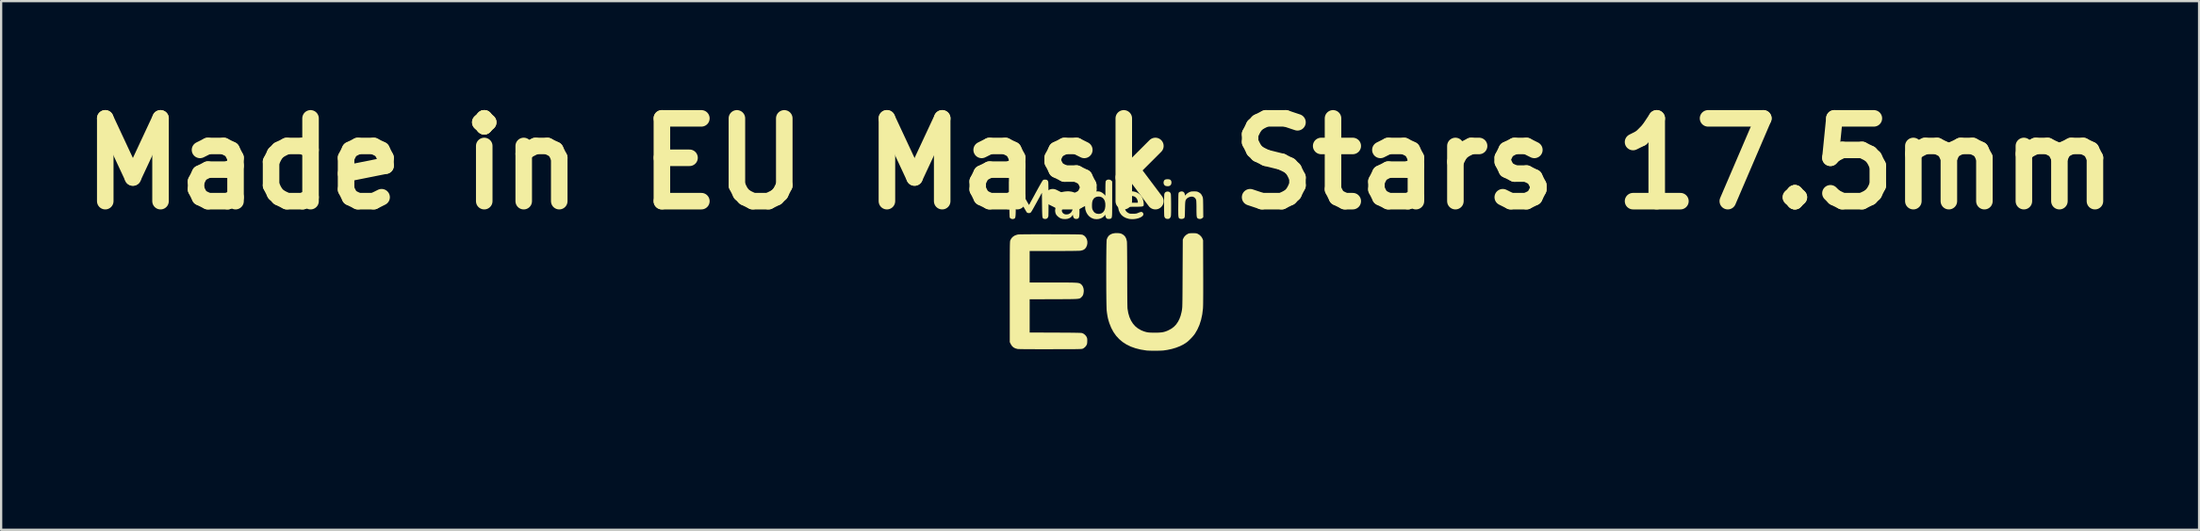
<source format=kicad_pcb>
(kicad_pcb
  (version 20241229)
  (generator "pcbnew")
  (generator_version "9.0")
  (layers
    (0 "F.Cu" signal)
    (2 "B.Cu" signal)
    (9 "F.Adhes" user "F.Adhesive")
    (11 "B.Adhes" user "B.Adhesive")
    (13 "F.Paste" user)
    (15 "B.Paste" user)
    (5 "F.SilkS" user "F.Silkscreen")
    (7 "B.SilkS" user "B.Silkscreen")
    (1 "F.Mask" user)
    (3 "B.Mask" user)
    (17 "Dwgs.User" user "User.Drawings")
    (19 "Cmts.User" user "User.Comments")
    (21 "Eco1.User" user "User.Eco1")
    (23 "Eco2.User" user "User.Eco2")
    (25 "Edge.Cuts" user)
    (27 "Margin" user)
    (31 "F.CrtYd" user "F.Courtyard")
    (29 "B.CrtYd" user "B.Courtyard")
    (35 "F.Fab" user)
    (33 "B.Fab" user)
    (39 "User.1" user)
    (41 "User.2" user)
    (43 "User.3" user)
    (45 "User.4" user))
  (footprint "Made in EU Mask Stars 17.5mm"
    (layer "F.Cu")
    (at 45.57 8.694)
    (property "Reference" "Made in EU Mask Stars 17.5mm" (at 0 -4.5 180) (layer "F.SilkS") (effects (font (size 3.664 3.664) (thickness 0.731))))
    (attr board_only exclude_from_pos_files exclude_from_bom)
    (fp_poly (pts (xy 6.432 -4.977) (xy 6.433 -4.976) (xy 6.438 -4.959) (xy 6.451 -4.921) (xy 6.469 -4.863) (xy 6.493 -4.79) (xy 6.521 -4.702) (xy 6.553 -4.605) (xy 6.587 -4.499) (xy 6.591 -4.487) (xy 6.742 -4.018) (xy 7.26 -4.012) (xy 7.778 -4.005) (xy 7.36 -3.706) (xy 7.268 -3.64) (xy 7.183 -3.579) (xy 7.108 -3.524) (xy 7.044 -3.477) (xy 6.994 -3.44) (xy 6.96 -3.414) (xy 6.944 -3.401) (xy 6.943 -3.4) (xy 6.947 -3.387) (xy 6.958 -3.351) (xy 6.975 -3.296) (xy 6.998 -3.225) (xy 7.026 -3.139) (xy 7.057 -3.043) (xy 7.091 -2.938) (xy 7.097 -2.918) (xy 7.131 -2.812) (xy 7.163 -2.714) (xy 7.191 -2.626) (xy 7.214 -2.553) (xy 7.232 -2.495) (xy 7.243 -2.456) (xy 7.248 -2.439) (xy 7.248 -2.438) (xy 7.237 -2.444) (xy 7.207 -2.465) (xy 7.161 -2.497) (xy 7.101 -2.54) (xy 7.029 -2.592) (xy 6.947 -2.651) (xy 6.858 -2.716) (xy 6.835 -2.732) (xy 6.426 -3.031) (xy 6.036 -2.746) (xy 5.928 -2.667) (xy 5.84 -2.602) (xy 5.769 -2.55) (xy 5.713 -2.51) (xy 5.671 -2.481) (xy 5.641 -2.461) (xy 5.621 -2.449) (xy 5.61 -2.443) (xy 5.604 -2.444) (xy 5.604 -2.448) (xy 5.606 -2.456) (xy 5.606 -2.457) (xy 5.648 -2.585) (xy 5.689 -2.712) (xy 5.729 -2.835) (xy 5.766 -2.953) (xy 5.801 -3.062) (xy 5.831 -3.161) (xy 5.858 -3.247) (xy 5.878 -3.318) (xy 5.893 -3.37) (xy 5.901 -3.402) (xy 5.902 -3.412) (xy 5.889 -3.421) (xy 5.858 -3.443) (xy 5.81 -3.478) (xy 5.748 -3.522) (xy 5.675 -3.575) (xy 5.592 -3.634) (xy 5.502 -3.699) (xy 5.483 -3.712) (xy 5.075 -4.005) (xy 5.591 -4.009) (xy 6.108 -4.012) (xy 6.22 -4.36) (xy 6.266 -4.503) (xy 6.304 -4.622) (xy 6.336 -4.72) (xy 6.362 -4.8) (xy 6.383 -4.862) (xy 6.399 -4.908) (xy 6.411 -4.941) (xy 6.419 -4.963) (xy 6.425 -4.975) (xy 6.429 -4.979)) (stroke (width 0) (type solid)) (fill yes) (layer "F.Mask"))
    (fp_poly (pts (xy 0.017 6.165) (xy 0.029 6.203) (xy 0.047 6.261) (xy 0.071 6.334) (xy 0.099 6.422) (xy 0.13 6.52) (xy 0.164 6.625) (xy 0.17 6.643) (xy 0.322 7.118) (xy 0.834 7.125) (xy 1.347 7.131) (xy 0.963 7.407) (xy 0.874 7.471) (xy 0.79 7.531) (xy 0.715 7.585) (xy 0.651 7.632) (xy 0.6 7.669) (xy 0.565 7.694) (xy 0.55 7.706) (xy 0.52 7.731) (xy 0.671 8.199) (xy 0.705 8.305) (xy 0.737 8.404) (xy 0.765 8.492) (xy 0.789 8.567) (xy 0.809 8.627) (xy 0.822 8.667) (xy 0.828 8.686) (xy 0.828 8.686) (xy 0.828 8.698) (xy 0.818 8.692) (xy 0.799 8.678) (xy 0.764 8.652) (xy 0.714 8.615) (xy 0.652 8.57) (xy 0.581 8.519) (xy 0.504 8.463) (xy 0.425 8.405) (xy 0.345 8.347) (xy 0.268 8.291) (xy 0.196 8.239) (xy 0.132 8.193) (xy 0.08 8.155) (xy 0.042 8.128) (xy 0.021 8.113) (xy 0.018 8.111) (xy 0.005 8.117) (xy -0.026 8.136) (xy -0.072 8.167) (xy -0.132 8.207) (xy -0.201 8.255) (xy -0.278 8.309) (xy -0.36 8.366) (xy -0.443 8.426) (xy -0.526 8.485) (xy -0.605 8.542) (xy -0.678 8.596) (xy -0.743 8.644) (xy -0.795 8.684) (xy -0.807 8.693) (xy -0.82 8.7) (xy -0.818 8.688) (xy -0.818 8.688) (xy -0.813 8.671) (xy -0.8 8.632) (xy -0.782 8.576) (xy -0.759 8.505) (xy -0.733 8.424) (xy -0.704 8.335) (xy -0.674 8.242) (xy -0.644 8.149) (xy -0.616 8.059) (xy -0.589 7.976) (xy -0.565 7.902) (xy -0.546 7.842) (xy -0.533 7.799) (xy -0.526 7.78) (xy -0.51 7.725) (xy -0.927 7.425) (xy -1.345 7.125) (xy -0.83 7.125) (xy -0.314 7.125) (xy -0.221 6.835) (xy -0.189 6.736) (xy -0.155 6.63) (xy -0.122 6.525) (xy -0.091 6.429) (xy -0.065 6.348) (xy -0.062 6.338) (xy -0.039 6.271) (xy -0.02 6.215) (xy -0.004 6.174) (xy 0.007 6.151) (xy 0.011 6.149)) (stroke (width 0) (type solid)) (fill yes) (layer "F.Mask"))
    (fp_poly (pts (xy -3.596 -7.372) (xy -3.564 -7.273) (xy -3.532 -7.173) (xy -3.5 -7.076) (xy -3.472 -6.989) (xy -3.449 -6.918) (xy -3.437 -6.881) (xy -3.385 -6.721) (xy -2.868 -6.718) (xy -2.351 -6.715) (xy -2.722 -6.448) (xy -2.811 -6.385) (xy -2.895 -6.324) (xy -2.971 -6.269) (xy -3.037 -6.222) (xy -3.089 -6.184) (xy -3.126 -6.157) (xy -3.141 -6.146) (xy -3.188 -6.109) (xy -3.034 -5.631) (xy -3 -5.525) (xy -2.969 -5.426) (xy -2.941 -5.339) (xy -2.918 -5.264) (xy -2.9 -5.206) (xy -2.889 -5.167) (xy -2.884 -5.149) (xy -2.884 -5.148) (xy -2.895 -5.155) (xy -2.925 -5.175) (xy -2.971 -5.207) (xy -3.031 -5.25) (xy -3.103 -5.301) (xy -3.184 -5.36) (xy -3.272 -5.425) (xy -3.283 -5.432) (xy -3.372 -5.497) (xy -3.456 -5.558) (xy -3.53 -5.612) (xy -3.594 -5.657) (xy -3.644 -5.693) (xy -3.678 -5.716) (xy -3.693 -5.727) (xy -3.694 -5.727) (xy -3.708 -5.721) (xy -3.74 -5.701) (xy -3.789 -5.669) (xy -3.851 -5.626) (xy -3.925 -5.574) (xy -4.007 -5.516) (xy -4.097 -5.451) (xy -4.113 -5.439) (xy -4.203 -5.373) (xy -4.287 -5.313) (xy -4.361 -5.259) (xy -4.424 -5.214) (xy -4.473 -5.179) (xy -4.507 -5.155) (xy -4.522 -5.145) (xy -4.523 -5.145) (xy -4.52 -5.157) (xy -4.511 -5.191) (xy -4.494 -5.244) (xy -4.473 -5.315) (xy -4.446 -5.399) (xy -4.416 -5.495) (xy -4.382 -5.599) (xy -4.375 -5.624) (xy -4.34 -5.73) (xy -4.309 -5.829) (xy -4.28 -5.917) (xy -4.257 -5.991) (xy -4.238 -6.05) (xy -4.226 -6.09) (xy -4.22 -6.108) (xy -4.22 -6.109) (xy -4.23 -6.118) (xy -4.26 -6.14) (xy -4.305 -6.174) (xy -4.366 -6.218) (xy -4.438 -6.271) (xy -4.521 -6.33) (xy -4.611 -6.395) (xy -4.638 -6.415) (xy -5.056 -6.715) (xy -4.537 -6.718) (xy -4.018 -6.722) (xy -3.895 -7.109) (xy -3.863 -7.21) (xy -3.832 -7.309) (xy -3.802 -7.4) (xy -3.777 -7.481) (xy -3.756 -7.546) (xy -3.741 -7.591) (xy -3.738 -7.6) (xy -3.703 -7.704)) (stroke (width 0) (type solid)) (fill yes) (layer "F.Mask"))
    (fp_poly (pts (xy -3.695 5.178) (xy -3.683 5.21) (xy -3.664 5.262) (xy -3.64 5.331) (xy -3.612 5.415) (xy -3.581 5.51) (xy -3.547 5.615) (xy -3.537 5.647) (xy -3.381 6.135) (xy -2.865 6.138) (xy -2.349 6.141) (xy -2.763 6.439) (xy -2.855 6.505) (xy -2.939 6.566) (xy -3.015 6.621) (xy -3.078 6.669) (xy -3.128 6.706) (xy -3.162 6.732) (xy -3.177 6.745) (xy -3.178 6.746) (xy -3.174 6.76) (xy -3.163 6.796) (xy -3.146 6.852) (xy -3.124 6.923) (xy -3.096 7.009) (xy -3.066 7.105) (xy -3.032 7.21) (xy -3.028 7.223) (xy -2.994 7.328) (xy -2.964 7.425) (xy -2.936 7.512) (xy -2.914 7.586) (xy -2.897 7.643) (xy -2.885 7.682) (xy -2.882 7.699) (xy -2.882 7.699) (xy -2.893 7.696) (xy -2.92 7.68) (xy -2.96 7.653) (xy -2.996 7.627) (xy -3.037 7.597) (xy -3.094 7.555) (xy -3.165 7.503) (xy -3.244 7.446) (xy -3.327 7.385) (xy -3.402 7.33) (xy -3.697 7.114) (xy -4.053 7.375) (xy -4.14 7.438) (xy -4.223 7.499) (xy -4.299 7.554) (xy -4.364 7.602) (xy -4.416 7.639) (xy -4.452 7.665) (xy -4.466 7.675) (xy -4.498 7.697) (xy -4.514 7.705) (xy -4.517 7.7) (xy -4.513 7.683) (xy -4.507 7.664) (xy -4.494 7.623) (xy -4.475 7.563) (xy -4.451 7.488) (xy -4.423 7.399) (xy -4.392 7.302) (xy -4.361 7.206) (xy -4.328 7.103) (xy -4.298 7.007) (xy -4.272 6.922) (xy -4.251 6.85) (xy -4.235 6.794) (xy -4.226 6.758) (xy -4.224 6.744) (xy -4.235 6.733) (xy -4.266 6.708) (xy -4.313 6.672) (xy -4.374 6.627) (xy -4.447 6.573) (xy -4.53 6.512) (xy -4.62 6.447) (xy -4.638 6.434) (xy -5.045 6.141) (xy -4.529 6.138) (xy -4.013 6.135) (xy -3.988 6.053) (xy -3.962 5.971) (xy -3.933 5.88) (xy -3.903 5.783) (xy -3.871 5.683) (xy -3.839 5.584) (xy -3.808 5.489) (xy -3.779 5.4) (xy -3.753 5.321) (xy -3.731 5.256) (xy -3.715 5.206) (xy -3.704 5.176) (xy -3.701 5.168)) (stroke (width 0) (type solid)) (fill yes) (layer "F.Mask"))
    (fp_poly (pts (xy 3.712 5.169) (xy 3.718 5.182) (xy 3.726 5.205) (xy 3.737 5.24) (xy 3.753 5.288) (xy 3.774 5.352) (xy 3.8 5.432) (xy 3.832 5.532) (xy 3.871 5.652) (xy 3.917 5.795) (xy 3.927 5.825) (xy 4.026 6.135) (xy 4.541 6.138) (xy 5.056 6.141) (xy 4.649 6.434) (xy 4.558 6.5) (xy 4.474 6.561) (xy 4.398 6.615) (xy 4.334 6.661) (xy 4.284 6.697) (xy 4.249 6.722) (xy 4.233 6.734) (xy 4.232 6.734) (xy 4.234 6.748) (xy 4.242 6.783) (xy 4.258 6.838) (xy 4.279 6.91) (xy 4.305 6.995) (xy 4.335 7.092) (xy 4.369 7.197) (xy 4.377 7.222) (xy 4.411 7.329) (xy 4.443 7.427) (xy 4.471 7.515) (xy 4.494 7.59) (xy 4.512 7.648) (xy 4.524 7.688) (xy 4.528 7.706) (xy 4.529 7.707) (xy 4.518 7.7) (xy 4.488 7.68) (xy 4.442 7.647) (xy 4.381 7.604) (xy 4.309 7.552) (xy 4.227 7.493) (xy 4.138 7.428) (xy 4.116 7.412) (xy 3.708 7.114) (xy 3.642 7.163) (xy 3.555 7.227) (xy 3.464 7.293) (xy 3.372 7.361) (xy 3.281 7.427) (xy 3.194 7.49) (xy 3.113 7.548) (xy 3.041 7.601) (xy 2.979 7.645) (xy 2.931 7.679) (xy 2.899 7.702) (xy 2.885 7.711) (xy 2.884 7.711) (xy 2.882 7.703) (xy 2.883 7.701) (xy 2.888 7.687) (xy 2.9 7.652) (xy 2.917 7.599) (xy 2.94 7.53) (xy 2.965 7.45) (xy 2.994 7.362) (xy 3.024 7.269) (xy 3.054 7.175) (xy 3.084 7.082) (xy 3.113 6.994) (xy 3.138 6.914) (xy 3.16 6.846) (xy 3.176 6.793) (xy 3.187 6.758) (xy 3.191 6.744) (xy 3.191 6.744) (xy 3.181 6.736) (xy 3.152 6.714) (xy 3.106 6.68) (xy 3.046 6.636) (xy 2.974 6.583) (xy 2.891 6.524) (xy 2.802 6.459) (xy 2.776 6.44) (xy 2.36 6.141) (xy 2.876 6.135) (xy 3.392 6.128) (xy 3.548 5.643) (xy 3.583 5.537) (xy 3.615 5.438) (xy 3.643 5.351) (xy 3.668 5.277) (xy 3.688 5.22) (xy 3.702 5.182) (xy 3.709 5.165) (xy 3.71 5.164)) (stroke (width 0) (type solid)) (fill yes) (layer "F.Mask"))
    (fp_poly (pts (xy 0.013 -8.679) (xy 0.025 -8.642) (xy 0.043 -8.586) (xy 0.066 -8.513) (xy 0.094 -8.427) (xy 0.125 -8.329) (xy 0.159 -8.224) (xy 0.167 -8.199) (xy 0.321 -7.717) (xy 0.835 -7.711) (xy 1.348 -7.704) (xy 0.935 -7.407) (xy 0.843 -7.342) (xy 0.759 -7.281) (xy 0.684 -7.226) (xy 0.62 -7.18) (xy 0.571 -7.143) (xy 0.537 -7.118) (xy 0.522 -7.105) (xy 0.521 -7.104) (xy 0.525 -7.092) (xy 0.536 -7.057) (xy 0.552 -7.005) (xy 0.574 -6.937) (xy 0.599 -6.858) (xy 0.627 -6.771) (xy 0.657 -6.678) (xy 0.687 -6.584) (xy 0.717 -6.491) (xy 0.745 -6.403) (xy 0.771 -6.323) (xy 0.793 -6.255) (xy 0.81 -6.201) (xy 0.821 -6.17) (xy 0.825 -6.159) (xy 0.828 -6.15) (xy 0.828 -6.145) (xy 0.824 -6.144) (xy 0.813 -6.149) (xy 0.793 -6.161) (xy 0.763 -6.182) (xy 0.721 -6.212) (xy 0.664 -6.254) (xy 0.591 -6.307) (xy 0.499 -6.374) (xy 0.443 -6.415) (xy 0.356 -6.478) (xy 0.275 -6.537) (xy 0.201 -6.591) (xy 0.138 -6.637) (xy 0.089 -6.673) (xy 0.056 -6.696) (xy 0.044 -6.705) (xy 0.003 -6.734) (xy -0.347 -6.478) (xy -0.434 -6.415) (xy -0.517 -6.354) (xy -0.593 -6.299) (xy -0.659 -6.251) (xy -0.712 -6.212) (xy -0.748 -6.186) (xy -0.76 -6.177) (xy -0.795 -6.152) (xy -0.813 -6.142) (xy -0.818 -6.145) (xy -0.814 -6.16) (xy -0.814 -6.162) (xy -0.808 -6.18) (xy -0.795 -6.22) (xy -0.777 -6.278) (xy -0.754 -6.349) (xy -0.727 -6.432) (xy -0.699 -6.522) (xy -0.669 -6.616) (xy -0.638 -6.71) (xy -0.609 -6.801) (xy -0.582 -6.886) (xy -0.558 -6.961) (xy -0.538 -7.022) (xy -0.524 -7.067) (xy -0.516 -7.091) (xy -0.515 -7.094) (xy -0.524 -7.105) (xy -0.552 -7.129) (xy -0.597 -7.164) (xy -0.656 -7.21) (xy -0.728 -7.263) (xy -0.81 -7.324) (xy -0.899 -7.389) (xy -0.924 -7.407) (xy -1.338 -7.704) (xy -0.826 -7.708) (xy -0.314 -7.711) (xy -0.221 -8.001) (xy -0.189 -8.1) (xy -0.155 -8.206) (xy -0.122 -8.311) (xy -0.091 -8.407) (xy -0.065 -8.488) (xy -0.062 -8.498) (xy -0.04 -8.566) (xy -0.02 -8.623) (xy -0.005 -8.665) (xy 0.005 -8.69) (xy 0.009 -8.694)) (stroke (width 0) (type solid)) (fill yes) (layer "F.Mask"))
    (fp_poly (pts (xy 6.429 2.452) (xy 6.441 2.485) (xy 6.459 2.538) (xy 6.483 2.607) (xy 6.511 2.691) (xy 6.542 2.787) (xy 6.576 2.892) (xy 6.585 2.921) (xy 6.741 3.406) (xy 7.261 3.413) (xy 7.781 3.419) (xy 7.373 3.712) (xy 7.282 3.778) (xy 7.197 3.838) (xy 7.121 3.893) (xy 7.056 3.939) (xy 7.005 3.976) (xy 6.97 4.001) (xy 6.953 4.013) (xy 6.952 4.013) (xy 6.953 4.028) (xy 6.961 4.064) (xy 6.977 4.121) (xy 6.999 4.197) (xy 7.027 4.288) (xy 7.06 4.394) (xy 7.096 4.508) (xy 7.131 4.615) (xy 7.163 4.714) (xy 7.191 4.803) (xy 7.215 4.878) (xy 7.233 4.936) (xy 7.245 4.977) (xy 7.251 4.995) (xy 7.251 4.996) (xy 7.24 4.989) (xy 7.211 4.969) (xy 7.165 4.936) (xy 7.105 4.892) (xy 7.033 4.84) (xy 6.951 4.78) (xy 6.862 4.715) (xy 6.839 4.699) (xy 6.735 4.622) (xy 6.65 4.561) (xy 6.582 4.512) (xy 6.528 4.474) (xy 6.488 4.447) (xy 6.457 4.428) (xy 6.436 4.417) (xy 6.421 4.413) (xy 6.41 4.413) (xy 6.403 4.416) (xy 6.387 4.427) (xy 6.352 4.452) (xy 6.301 4.489) (xy 6.236 4.535) (xy 6.161 4.59) (xy 6.078 4.65) (xy 5.994 4.712) (xy 5.907 4.776) (xy 5.826 4.834) (xy 5.755 4.885) (xy 5.695 4.928) (xy 5.648 4.96) (xy 5.619 4.98) (xy 5.607 4.986) (xy 5.61 4.973) (xy 5.62 4.938) (xy 5.637 4.884) (xy 5.659 4.813) (xy 5.685 4.728) (xy 5.716 4.632) (xy 5.75 4.527) (xy 5.757 4.506) (xy 5.791 4.4) (xy 5.822 4.302) (xy 5.85 4.214) (xy 5.873 4.14) (xy 5.89 4.082) (xy 5.902 4.042) (xy 5.906 4.024) (xy 5.906 4.023) (xy 5.894 4.013) (xy 5.865 3.991) (xy 5.823 3.96) (xy 5.771 3.922) (xy 5.748 3.905) (xy 5.691 3.864) (xy 5.619 3.812) (xy 5.537 3.753) (xy 5.45 3.691) (xy 5.365 3.629) (xy 5.334 3.607) (xy 5.073 3.419) (xy 5.593 3.413) (xy 6.112 3.406) (xy 6.265 2.927) (xy 6.3 2.82) (xy 6.331 2.721) (xy 6.36 2.633) (xy 6.384 2.559) (xy 6.404 2.5) (xy 6.417 2.461) (xy 6.424 2.442) (xy 6.424 2.442)) (stroke (width 0) (type solid)) (fill yes) (layer "F.Mask"))
    (fp_poly (pts (xy -6.41 2.449) (xy -6.405 2.465) (xy -6.392 2.504) (xy -6.373 2.561) (xy -6.35 2.635) (xy -6.321 2.722) (xy -6.29 2.82) (xy -6.256 2.925) (xy -6.252 2.937) (xy -6.101 3.406) (xy -5.581 3.413) (xy -5.061 3.419) (xy -5.478 3.718) (xy -5.569 3.783) (xy -5.654 3.844) (xy -5.73 3.899) (xy -5.795 3.945) (xy -5.845 3.981) (xy -5.88 4.006) (xy -5.897 4.018) (xy -5.898 4.019) (xy -5.895 4.032) (xy -5.885 4.066) (xy -5.868 4.121) (xy -5.846 4.191) (xy -5.819 4.276) (xy -5.789 4.373) (xy -5.755 4.478) (xy -5.745 4.508) (xy -5.711 4.615) (xy -5.679 4.714) (xy -5.651 4.802) (xy -5.628 4.877) (xy -5.609 4.936) (xy -5.597 4.976) (xy -5.592 4.995) (xy -5.592 4.996) (xy -5.602 4.989) (xy -5.632 4.968) (xy -5.677 4.935) (xy -5.737 4.892) (xy -5.809 4.84) (xy -5.89 4.78) (xy -5.978 4.716) (xy -5.992 4.706) (xy -6.081 4.64) (xy -6.165 4.579) (xy -6.24 4.524) (xy -6.303 4.478) (xy -6.354 4.442) (xy -6.388 4.418) (xy -6.404 4.407) (xy -6.405 4.407) (xy -6.419 4.413) (xy -6.451 4.433) (xy -6.499 4.465) (xy -6.562 4.507) (xy -6.636 4.559) (xy -6.719 4.618) (xy -6.808 4.683) (xy -6.831 4.7) (xy -6.922 4.766) (xy -7.006 4.827) (xy -7.08 4.881) (xy -7.143 4.927) (xy -7.193 4.962) (xy -7.226 4.986) (xy -7.241 4.996) (xy -7.242 4.997) (xy -7.238 4.984) (xy -7.227 4.949) (xy -7.21 4.894) (xy -7.187 4.823) (xy -7.16 4.738) (xy -7.129 4.642) (xy -7.095 4.537) (xy -7.087 4.512) (xy -7.053 4.405) (xy -7.021 4.306) (xy -6.994 4.218) (xy -6.971 4.142) (xy -6.953 4.083) (xy -6.942 4.043) (xy -6.937 4.023) (xy -6.938 4.022) (xy -6.949 4.013) (xy -6.979 3.99) (xy -7.026 3.955) (xy -7.088 3.91) (xy -7.161 3.857) (xy -7.243 3.797) (xy -7.333 3.733) (xy -7.356 3.716) (xy -7.77 3.419) (xy -7.249 3.413) (xy -6.729 3.406) (xy -6.627 3.087) (xy -6.595 2.989) (xy -6.563 2.887) (xy -6.532 2.79) (xy -6.504 2.702) (xy -6.481 2.629) (xy -6.471 2.599) (xy -6.451 2.539) (xy -6.434 2.491) (xy -6.42 2.46) (xy -6.412 2.448)) (stroke (width 0) (type solid)) (fill yes) (layer "F.Mask"))
    (fp_poly (pts (xy 3.729 -7.668) (xy 3.742 -7.63) (xy 3.761 -7.572) (xy 3.784 -7.499) (xy 3.813 -7.412) (xy 3.844 -7.314) (xy 3.878 -7.209) (xy 3.882 -7.196) (xy 4.032 -6.728) (xy 4.552 -6.721) (xy 5.071 -6.715) (xy 4.655 -6.416) (xy 4.564 -6.35) (xy 4.479 -6.289) (xy 4.403 -6.235) (xy 4.339 -6.189) (xy 4.288 -6.152) (xy 4.254 -6.128) (xy 4.237 -6.116) (xy 4.236 -6.115) (xy 4.239 -6.102) (xy 4.249 -6.068) (xy 4.266 -6.014) (xy 4.288 -5.943) (xy 4.315 -5.858) (xy 4.346 -5.762) (xy 4.379 -5.657) (xy 4.387 -5.632) (xy 4.422 -5.525) (xy 4.453 -5.427) (xy 4.481 -5.339) (xy 4.504 -5.264) (xy 4.522 -5.206) (xy 4.534 -5.166) (xy 4.538 -5.148) (xy 4.538 -5.147) (xy 4.527 -5.153) (xy 4.498 -5.173) (xy 4.452 -5.206) (xy 4.392 -5.249) (xy 4.32 -5.3) (xy 4.239 -5.359) (xy 4.15 -5.424) (xy 4.137 -5.433) (xy 4.047 -5.499) (xy 3.963 -5.559) (xy 3.888 -5.613) (xy 3.823 -5.658) (xy 3.772 -5.692) (xy 3.737 -5.715) (xy 3.72 -5.724) (xy 3.72 -5.725) (xy 3.705 -5.717) (xy 3.672 -5.696) (xy 3.623 -5.663) (xy 3.56 -5.619) (xy 3.486 -5.567) (xy 3.403 -5.507) (xy 3.314 -5.442) (xy 3.303 -5.435) (xy 3.214 -5.37) (xy 3.131 -5.31) (xy 3.058 -5.257) (xy 2.995 -5.212) (xy 2.947 -5.177) (xy 2.914 -5.154) (xy 2.9 -5.145) (xy 2.9 -5.145) (xy 2.898 -5.156) (xy 2.905 -5.181) (xy 2.923 -5.235) (xy 2.945 -5.303) (xy 2.971 -5.384) (xy 2.999 -5.472) (xy 3.029 -5.566) (xy 3.06 -5.662) (xy 3.09 -5.756) (xy 3.118 -5.846) (xy 3.144 -5.928) (xy 3.166 -5.999) (xy 3.184 -6.056) (xy 3.196 -6.095) (xy 3.201 -6.114) (xy 3.201 -6.115) (xy 3.19 -6.123) (xy 3.16 -6.144) (xy 3.114 -6.178) (xy 3.053 -6.221) (xy 2.981 -6.274) (xy 2.898 -6.333) (xy 2.808 -6.398) (xy 2.783 -6.416) (xy 2.368 -6.715) (xy 2.886 -6.721) (xy 3.405 -6.728) (xy 3.497 -7.014) (xy 3.528 -7.112) (xy 3.561 -7.217) (xy 3.595 -7.32) (xy 3.625 -7.415) (xy 3.65 -7.494) (xy 3.653 -7.502) (xy 3.674 -7.568) (xy 3.694 -7.623) (xy 3.71 -7.662) (xy 3.72 -7.683) (xy 3.724 -7.685)) (stroke (width 0) (type solid)) (fill yes) (layer "F.Mask"))
    (fp_poly (pts (xy -6.408 -4.958) (xy -6.396 -4.923) (xy -6.377 -4.868) (xy -6.354 -4.797) (xy -6.326 -4.711) (xy -6.295 -4.614) (xy -6.261 -4.509) (xy -6.253 -4.485) (xy -6.1 -4.005) (xy -5.584 -3.999) (xy -5.068 -3.992) (xy -5.484 -3.693) (xy -5.591 -3.617) (xy -5.677 -3.554) (xy -5.746 -3.503) (xy -5.8 -3.463) (xy -5.839 -3.432) (xy -5.866 -3.408) (xy -5.883 -3.391) (xy -5.891 -3.379) (xy -5.893 -3.37) (xy -5.892 -3.368) (xy -5.886 -3.347) (xy -5.873 -3.306) (xy -5.854 -3.248) (xy -5.831 -3.176) (xy -5.804 -3.093) (xy -5.776 -3.003) (xy -5.746 -2.91) (xy -5.716 -2.816) (xy -5.687 -2.726) (xy -5.66 -2.642) (xy -5.636 -2.568) (xy -5.617 -2.508) (xy -5.602 -2.464) (xy -5.595 -2.441) (xy -5.594 -2.438) (xy -5.596 -2.428) (xy -5.604 -2.431) (xy -5.617 -2.44) (xy -5.648 -2.462) (xy -5.695 -2.495) (xy -5.753 -2.538) (xy -5.822 -2.587) (xy -5.897 -2.642) (xy -5.976 -2.699) (xy -6.056 -2.757) (xy -6.134 -2.814) (xy -6.208 -2.867) (xy -6.273 -2.915) (xy -6.329 -2.956) (xy -6.371 -2.986) (xy -6.397 -3.005) (xy -6.402 -3.01) (xy -6.415 -3.004) (xy -6.447 -2.985) (xy -6.496 -2.953) (xy -6.559 -2.91) (xy -6.634 -2.858) (xy -6.72 -2.797) (xy -6.814 -2.729) (xy -6.824 -2.721) (xy -6.915 -2.655) (xy -6.999 -2.594) (xy -7.074 -2.54) (xy -7.138 -2.494) (xy -7.188 -2.458) (xy -7.222 -2.434) (xy -7.238 -2.423) (xy -7.239 -2.423) (xy -7.24 -2.433) (xy -7.237 -2.443) (xy -7.232 -2.459) (xy -7.219 -2.498) (xy -7.2 -2.555) (xy -7.176 -2.629) (xy -7.148 -2.715) (xy -7.117 -2.812) (xy -7.084 -2.915) (xy -7.051 -3.019) (xy -7.02 -3.115) (xy -6.992 -3.2) (xy -6.969 -3.273) (xy -6.951 -3.329) (xy -6.939 -3.365) (xy -6.934 -3.38) (xy -6.943 -3.391) (xy -6.971 -3.414) (xy -7.016 -3.449) (xy -7.076 -3.495) (xy -7.147 -3.548) (xy -7.229 -3.608) (xy -7.319 -3.673) (xy -7.346 -3.693) (xy -7.763 -3.992) (xy -7.247 -3.999) (xy -6.731 -4.005) (xy -6.669 -4.201) (xy -6.645 -4.274) (xy -6.616 -4.365) (xy -6.584 -4.466) (xy -6.55 -4.57) (xy -6.518 -4.669) (xy -6.513 -4.687) (xy -6.486 -4.769) (xy -6.462 -4.841) (xy -6.441 -4.9) (xy -6.426 -4.944) (xy -6.416 -4.968) (xy -6.413 -4.972)) (stroke (width 0) (type solid)) (fill yes) (layer "F.Mask"))
    (fp_poly (pts (xy -7.408 -1.256) (xy -7.395 -1.223) (xy -7.376 -1.171) (xy -7.353 -1.102) (xy -7.325 -1.019) (xy -7.293 -0.924) (xy -7.26 -0.819) (xy -7.249 -0.787) (xy -7.094 -0.3) (xy -6.581 -0.3) (xy -6.443 -0.299) (xy -6.325 -0.298) (xy -6.229 -0.297) (xy -6.155 -0.295) (xy -6.105 -0.292) (xy -6.079 -0.289) (xy -6.076 -0.287) (xy -6.088 -0.277) (xy -6.119 -0.253) (xy -6.166 -0.218) (xy -6.228 -0.173) (xy -6.301 -0.119) (xy -6.383 -0.06) (xy -6.473 0.005) (xy -6.487 0.015) (xy -6.577 0.08) (xy -6.66 0.141) (xy -6.734 0.195) (xy -6.796 0.241) (xy -6.845 0.278) (xy -6.877 0.304) (xy -6.89 0.316) (xy -6.89 0.317) (xy -6.887 0.331) (xy -6.875 0.368) (xy -6.858 0.424) (xy -6.836 0.496) (xy -6.808 0.582) (xy -6.777 0.679) (xy -6.744 0.784) (xy -6.74 0.797) (xy -6.706 0.903) (xy -6.675 1) (xy -6.648 1.086) (xy -6.625 1.159) (xy -6.608 1.216) (xy -6.597 1.254) (xy -6.594 1.27) (xy -6.594 1.271) (xy -6.605 1.265) (xy -6.635 1.245) (xy -6.681 1.212) (xy -6.742 1.17) (xy -6.814 1.118) (xy -6.895 1.059) (xy -6.984 0.994) (xy -7 0.982) (xy -7.1 0.91) (xy -7.19 0.846) (xy -7.268 0.792) (xy -7.331 0.748) (xy -7.379 0.717) (xy -7.41 0.7) (xy -7.42 0.696) (xy -7.435 0.705) (xy -7.468 0.728) (xy -7.517 0.762) (xy -7.579 0.807) (xy -7.653 0.86) (xy -7.735 0.92) (xy -7.819 0.981) (xy -7.923 1.057) (xy -8.008 1.118) (xy -8.076 1.168) (xy -8.128 1.206) (xy -8.167 1.234) (xy -8.195 1.253) (xy -8.214 1.265) (xy -8.225 1.272) (xy -8.23 1.273) (xy -8.232 1.272) (xy -8.232 1.27) (xy -8.228 1.256) (xy -8.217 1.22) (xy -8.2 1.165) (xy -8.177 1.094) (xy -8.15 1.008) (xy -8.119 0.912) (xy -8.085 0.808) (xy -8.082 0.799) (xy -8.048 0.693) (xy -8.017 0.596) (xy -7.99 0.508) (xy -7.966 0.434) (xy -7.949 0.376) (xy -7.937 0.337) (xy -7.932 0.32) (xy -7.932 0.319) (xy -7.943 0.309) (xy -7.972 0.284) (xy -8.018 0.248) (xy -8.078 0.203) (xy -8.15 0.149) (xy -8.232 0.089) (xy -8.321 0.024) (xy -8.336 0.013) (xy -8.427 -0.052) (xy -8.511 -0.113) (xy -8.586 -0.167) (xy -8.649 -0.213) (xy -8.699 -0.25) (xy -8.732 -0.276) (xy -8.747 -0.288) (xy -8.748 -0.288) (xy -8.737 -0.291) (xy -8.702 -0.293) (xy -8.647 -0.295) (xy -8.574 -0.297) (xy -8.485 -0.298) (xy -8.383 -0.299) (xy -8.27 -0.3) (xy -8.24 -0.3) (xy -7.725 -0.3) (xy -7.7 -0.381) (xy -7.672 -0.469) (xy -7.642 -0.566) (xy -7.61 -0.666) (xy -7.578 -0.768) (xy -7.545 -0.868) (xy -7.515 -0.964) (xy -7.486 -1.051) (xy -7.461 -1.128) (xy -7.44 -1.191) (xy -7.424 -1.236) (xy -7.415 -1.262) (xy -7.413 -1.266)) (stroke (width 0) (type solid)) (fill yes) (layer "F.Mask"))
    (fp_poly (pts (xy 7.417 -1.265) (xy 7.429 -1.232) (xy 7.447 -1.182) (xy 7.468 -1.119) (xy 7.491 -1.046) (xy 7.492 -1.045) (xy 7.521 -0.953) (xy 7.556 -0.845) (xy 7.592 -0.733) (xy 7.626 -0.626) (xy 7.646 -0.563) (xy 7.726 -0.313) (xy 8.24 -0.313) (xy 8.352 -0.312) (xy 8.456 -0.312) (xy 8.549 -0.311) (xy 8.628 -0.309) (xy 8.69 -0.308) (xy 8.732 -0.306) (xy 8.751 -0.303) (xy 8.752 -0.303) (xy 8.742 -0.293) (xy 8.713 -0.27) (xy 8.667 -0.236) (xy 8.607 -0.191) (xy 8.534 -0.138) (xy 8.452 -0.079) (xy 8.362 -0.015) (xy 8.342 -0.000189) (xy 8.251 0.065) (xy 8.167 0.126) (xy 8.092 0.182) (xy 8.029 0.229) (xy 7.98 0.267) (xy 7.947 0.294) (xy 7.933 0.308) (xy 7.932 0.309) (xy 7.936 0.324) (xy 7.947 0.362) (xy 7.965 0.419) (xy 7.987 0.491) (xy 8.015 0.578) (xy 8.045 0.675) (xy 8.079 0.78) (xy 8.082 0.79) (xy 8.116 0.894) (xy 8.147 0.991) (xy 8.173 1.077) (xy 8.196 1.15) (xy 8.213 1.206) (xy 8.223 1.244) (xy 8.227 1.26) (xy 8.227 1.26) (xy 8.215 1.254) (xy 8.186 1.234) (xy 8.139 1.201) (xy 8.079 1.159) (xy 8.007 1.107) (xy 7.926 1.048) (xy 7.838 0.984) (xy 7.828 0.977) (xy 7.738 0.911) (xy 7.655 0.851) (xy 7.581 0.797) (xy 7.518 0.751) (xy 7.468 0.716) (xy 7.434 0.692) (xy 7.419 0.682) (xy 7.418 0.682) (xy 7.404 0.688) (xy 7.372 0.708) (xy 7.324 0.74) (xy 7.263 0.783) (xy 7.19 0.834) (xy 7.109 0.892) (xy 7.031 0.949) (xy 6.923 1.028) (xy 6.834 1.093) (xy 6.763 1.145) (xy 6.707 1.186) (xy 6.664 1.216) (xy 6.634 1.237) (xy 6.613 1.251) (xy 6.6 1.258) (xy 6.593 1.26) (xy 6.591 1.259) (xy 6.591 1.257) (xy 6.595 1.243) (xy 6.606 1.207) (xy 6.623 1.152) (xy 6.646 1.08) (xy 6.673 0.995) (xy 6.704 0.898) (xy 6.737 0.794) (xy 6.741 0.783) (xy 6.774 0.678) (xy 6.805 0.58) (xy 6.833 0.493) (xy 6.856 0.42) (xy 6.874 0.362) (xy 6.886 0.323) (xy 6.89 0.306) (xy 6.89 0.306) (xy 6.88 0.296) (xy 6.851 0.272) (xy 6.805 0.237) (xy 6.744 0.192) (xy 6.672 0.139) (xy 6.59 0.079) (xy 6.5 0.014) (xy 6.48 0) (xy 6.389 -0.065) (xy 6.305 -0.126) (xy 6.231 -0.18) (xy 6.168 -0.227) (xy 6.118 -0.263) (xy 6.085 -0.289) (xy 6.071 -0.301) (xy 6.07 -0.302) (xy 6.083 -0.303) (xy 6.118 -0.305) (xy 6.175 -0.305) (xy 6.248 -0.306) (xy 6.337 -0.305) (xy 6.438 -0.305) (xy 6.548 -0.303) (xy 6.576 -0.303) (xy 6.704 -0.301) (xy 6.809 -0.3) (xy 6.893 -0.299) (xy 6.957 -0.299) (xy 7.006 -0.3) (xy 7.041 -0.301) (xy 7.065 -0.304) (xy 7.08 -0.307) (xy 7.089 -0.312) (xy 7.093 -0.318) (xy 7.095 -0.32) (xy 7.102 -0.338) (xy 7.115 -0.378) (xy 7.134 -0.436) (xy 7.159 -0.511) (xy 7.187 -0.599) (xy 7.219 -0.697) (xy 7.253 -0.803) (xy 7.255 -0.811) (xy 7.289 -0.916) (xy 7.32 -1.012) (xy 7.348 -1.098) (xy 7.372 -1.17) (xy 7.391 -1.225) (xy 7.404 -1.262) (xy 7.41 -1.276) (xy 7.411 -1.276)) (stroke (width 0) (type solid)) (fill yes) (layer "F.Mask"))
    (fp_poly (pts (xy 3.038 -3.812) (xy 3.094 -3.795) (xy 3.131 -3.761) (xy 3.151 -3.709) (xy 3.154 -3.663) (xy 3.143 -3.599) (xy 3.111 -3.549) (xy 3.073 -3.52) (xy 3.029 -3.508) (xy 2.973 -3.505) (xy 2.916 -3.513) (xy 2.881 -3.523) (xy 2.841 -3.554) (xy 2.815 -3.6) (xy 2.804 -3.654) (xy 2.809 -3.709) (xy 2.83 -3.758) (xy 2.847 -3.778) (xy 2.874 -3.797) (xy 2.91 -3.808) (xy 2.962 -3.814)) (stroke (width 0) (type solid)) (fill yes) (layer "F.SilkS"))
    (fp_poly (pts (xy 3.046 -3.26) (xy 3.09 -3.231) (xy 3.119 -3.182) (xy 3.127 -3.152) (xy 3.13 -3.124) (xy 3.132 -3.074) (xy 3.134 -3.005) (xy 3.136 -2.923) (xy 3.137 -2.83) (xy 3.138 -2.731) (xy 3.138 -2.63) (xy 3.138 -2.53) (xy 3.138 -2.436) (xy 3.137 -2.352) (xy 3.135 -2.281) (xy 3.133 -2.227) (xy 3.131 -2.196) (xy 3.111 -2.13) (xy 3.086 -2.096) (xy 3.059 -2.072) (xy 3.03 -2.061) (xy 2.988 -2.058) (xy 2.986 -2.058) (xy 2.929 -2.064) (xy 2.888 -2.084) (xy 2.887 -2.085) (xy 2.861 -2.116) (xy 2.841 -2.156) (xy 2.84 -2.16) (xy 2.836 -2.186) (xy 2.833 -2.235) (xy 2.831 -2.302) (xy 2.829 -2.384) (xy 2.828 -2.476) (xy 2.827 -2.576) (xy 2.827 -2.679) (xy 2.827 -2.781) (xy 2.828 -2.879) (xy 2.829 -2.969) (xy 2.832 -3.047) (xy 2.834 -3.109) (xy 2.837 -3.152) (xy 2.84 -3.168) (xy 2.866 -3.221) (xy 2.909 -3.255) (xy 2.969 -3.269) (xy 2.984 -3.269)) (stroke (width 0) (type solid)) (fill yes) (layer "F.SilkS"))
    (fp_poly (pts (xy 1.453 -3.276) (xy 1.56 -3.253) (xy 1.659 -3.211) (xy 1.745 -3.151) (xy 1.817 -3.073) (xy 1.855 -3.01) (xy 1.889 -2.928) (xy 1.914 -2.834) (xy 1.927 -2.743) (xy 1.928 -2.715) (xy 1.927 -2.684) (xy 1.925 -2.659) (xy 1.919 -2.64) (xy 1.905 -2.625) (xy 1.881 -2.614) (xy 1.845 -2.606) (xy 1.795 -2.601) (xy 1.727 -2.598) (xy 1.639 -2.596) (xy 1.528 -2.595) (xy 1.477 -2.595) (xy 1.363 -2.594) (xy 1.272 -2.593) (xy 1.202 -2.591) (xy 1.151 -2.588) (xy 1.116 -2.583) (xy 1.095 -2.576) (xy 1.085 -2.565) (xy 1.083 -2.55) (xy 1.089 -2.53) (xy 1.097 -2.505) (xy 1.102 -2.493) (xy 1.132 -2.424) (xy 1.171 -2.374) (xy 1.227 -2.332) (xy 1.242 -2.323) (xy 1.274 -2.307) (xy 1.302 -2.296) (xy 1.333 -2.29) (xy 1.375 -2.287) (xy 1.434 -2.287) (xy 1.452 -2.287) (xy 1.519 -2.288) (xy 1.568 -2.291) (xy 1.607 -2.298) (xy 1.644 -2.309) (xy 1.68 -2.324) (xy 1.747 -2.351) (xy 1.796 -2.365) (xy 1.833 -2.367) (xy 1.861 -2.357) (xy 1.881 -2.34) (xy 1.91 -2.298) (xy 1.915 -2.256) (xy 1.899 -2.215) (xy 1.865 -2.176) (xy 1.815 -2.141) (xy 1.751 -2.109) (xy 1.677 -2.083) (xy 1.594 -2.063) (xy 1.506 -2.051) (xy 1.414 -2.047) (xy 1.321 -2.053) (xy 1.256 -2.064) (xy 1.133 -2.103) (xy 1.028 -2.16) (xy 0.941 -2.235) (xy 0.874 -2.327) (xy 0.826 -2.435) (xy 0.799 -2.558) (xy 0.793 -2.664) (xy 0.801 -2.774) (xy 1.079 -2.774) (xy 1.373 -2.774) (xy 1.667 -2.774) (xy 1.667 -2.817) (xy 1.661 -2.853) (xy 1.647 -2.899) (xy 1.636 -2.927) (xy 1.591 -2.995) (xy 1.531 -3.042) (xy 1.456 -3.067) (xy 1.429 -3.071) (xy 1.335 -3.067) (xy 1.253 -3.04) (xy 1.183 -2.993) (xy 1.129 -2.926) (xy 1.094 -2.842) (xy 1.088 -2.817) (xy 1.079 -2.774) (xy 0.801 -2.774) (xy 0.803 -2.799) (xy 0.834 -2.92) (xy 0.886 -3.024) (xy 0.957 -3.112) (xy 1.049 -3.184) (xy 1.115 -3.22) (xy 1.228 -3.26) (xy 1.341 -3.279)) (stroke (width 0) (type solid)) (fill yes) (layer "F.SilkS"))
    (fp_poly (pts (xy 4.212 -3.275) (xy 4.257 -3.272) (xy 4.292 -3.265) (xy 4.327 -3.252) (xy 4.354 -3.239) (xy 4.418 -3.2) (xy 4.468 -3.149) (xy 4.508 -3.081) (xy 4.524 -3.045) (xy 4.532 -3.025) (xy 4.538 -3.004) (xy 4.543 -2.979) (xy 4.547 -2.948) (xy 4.55 -2.907) (xy 4.552 -2.852) (xy 4.553 -2.782) (xy 4.555 -2.692) (xy 4.556 -2.58) (xy 4.556 -2.556) (xy 4.56 -2.136) (xy 4.522 -2.097) (xy 4.474 -2.066) (xy 4.416 -2.054) (xy 4.357 -2.061) (xy 4.317 -2.08) (xy 4.3 -2.093) (xy 4.287 -2.11) (xy 4.277 -2.135) (xy 4.27 -2.17) (xy 4.265 -2.218) (xy 4.262 -2.283) (xy 4.26 -2.366) (xy 4.259 -2.472) (xy 4.259 -2.513) (xy 4.259 -2.622) (xy 4.257 -2.717) (xy 4.254 -2.796) (xy 4.251 -2.855) (xy 4.246 -2.892) (xy 4.245 -2.898) (xy 4.215 -2.96) (xy 4.168 -3.008) (xy 4.108 -3.037) (xy 4.087 -3.042) (xy 4.013 -3.042) (xy 3.938 -3.023) (xy 3.871 -2.99) (xy 3.844 -2.967) (xy 3.82 -2.943) (xy 3.801 -2.92) (xy 3.786 -2.895) (xy 3.775 -2.864) (xy 3.767 -2.824) (xy 3.761 -2.772) (xy 3.757 -2.705) (xy 3.754 -2.619) (xy 3.752 -2.511) (xy 3.751 -2.478) (xy 3.749 -2.373) (xy 3.747 -2.29) (xy 3.745 -2.227) (xy 3.743 -2.181) (xy 3.739 -2.149) (xy 3.735 -2.127) (xy 3.73 -2.112) (xy 3.722 -2.102) (xy 3.717 -2.096) (xy 3.674 -2.069) (xy 3.617 -2.056) (xy 3.559 -2.059) (xy 3.534 -2.065) (xy 3.513 -2.072) (xy 3.495 -2.083) (xy 3.482 -2.1) (xy 3.471 -2.126) (xy 3.464 -2.162) (xy 3.458 -2.212) (xy 3.455 -2.276) (xy 3.454 -2.358) (xy 3.453 -2.46) (xy 3.454 -2.585) (xy 3.455 -2.686) (xy 3.456 -2.816) (xy 3.457 -2.922) (xy 3.458 -3.007) (xy 3.459 -3.074) (xy 3.461 -3.125) (xy 3.464 -3.162) (xy 3.467 -3.189) (xy 3.471 -3.207) (xy 3.475 -3.219) (xy 3.481 -3.227) (xy 3.483 -3.229) (xy 3.525 -3.258) (xy 3.581 -3.273) (xy 3.631 -3.273) (xy 3.684 -3.253) (xy 3.722 -3.213) (xy 3.743 -3.155) (xy 3.744 -3.149) (xy 3.753 -3.089) (xy 3.804 -3.145) (xy 3.851 -3.186) (xy 3.91 -3.225) (xy 3.937 -3.238) (xy 3.979 -3.256) (xy 4.015 -3.267) (xy 4.055 -3.273) (xy 4.108 -3.275) (xy 4.149 -3.276)) (stroke (width 0) (type solid)) (fill yes) (layer "F.SilkS"))
    (fp_poly (pts (xy 0.432 -3.792) (xy 0.48 -3.768) (xy 0.498 -3.752) (xy 0.534 -3.712) (xy 0.534 -2.936) (xy 0.534 -2.769) (xy 0.534 -2.626) (xy 0.533 -2.504) (xy 0.532 -2.403) (xy 0.531 -2.32) (xy 0.529 -2.254) (xy 0.526 -2.201) (xy 0.521 -2.161) (xy 0.516 -2.132) (xy 0.509 -2.11) (xy 0.501 -2.095) (xy 0.491 -2.085) (xy 0.48 -2.077) (xy 0.468 -2.07) (xy 0.43 -2.059) (xy 0.38 -2.056) (xy 0.331 -2.061) (xy 0.3 -2.071) (xy 0.272 -2.097) (xy 0.249 -2.14) (xy 0.236 -2.189) (xy 0.234 -2.21) (xy 0.234 -2.246) (xy 0.194 -2.197) (xy 0.124 -2.132) (xy 0.039 -2.084) (xy -0.058 -2.055) (xy -0.161 -2.046) (xy -0.265 -2.057) (xy -0.287 -2.063) (xy -0.387 -2.103) (xy -0.475 -2.165) (xy -0.549 -2.246) (xy -0.608 -2.345) (xy -0.648 -2.459) (xy -0.651 -2.468) (xy -0.659 -2.524) (xy -0.664 -2.596) (xy -0.666 -2.664) (xy -0.358 -2.664) (xy -0.357 -2.595) (xy -0.354 -2.546) (xy -0.347 -2.508) (xy -0.337 -2.475) (xy -0.328 -2.455) (xy -0.282 -2.378) (xy -0.226 -2.324) (xy -0.156 -2.292) (xy -0.072 -2.28) (xy -0.065 -2.28) (xy -0.005 -2.286) (xy 0.05 -2.301) (xy 0.059 -2.304) (xy 0.127 -2.349) (xy 0.178 -2.414) (xy 0.213 -2.499) (xy 0.23 -2.604) (xy 0.232 -2.625) (xy 0.23 -2.743) (xy 0.21 -2.843) (xy 0.172 -2.924) (xy 0.117 -2.985) (xy 0.065 -3.019) (xy -0.006 -3.042) (xy -0.084 -3.047) (xy -0.16 -3.033) (xy -0.228 -3.003) (xy -0.27 -2.968) (xy -0.309 -2.915) (xy -0.336 -2.854) (xy -0.352 -2.78) (xy -0.358 -2.686) (xy -0.358 -2.664) (xy -0.666 -2.664) (xy -0.666 -2.676) (xy -0.663 -2.755) (xy -0.657 -2.823) (xy -0.65 -2.859) (xy -0.61 -2.977) (xy -0.552 -3.078) (xy -0.478 -3.161) (xy -0.389 -3.224) (xy -0.361 -3.238) (xy -0.32 -3.256) (xy -0.283 -3.267) (xy -0.243 -3.273) (xy -0.192 -3.275) (xy -0.15 -3.275) (xy -0.087 -3.275) (xy -0.042 -3.271) (xy -0.007 -3.264) (xy 0.026 -3.252) (xy 0.057 -3.237) (xy 0.107 -3.206) (xy 0.157 -3.167) (xy 0.184 -3.141) (xy 0.234 -3.083) (xy 0.234 -3.391) (xy 0.235 -3.508) (xy 0.237 -3.602) (xy 0.241 -3.671) (xy 0.245 -3.715) (xy 0.249 -3.731) (xy 0.28 -3.769) (xy 0.325 -3.792) (xy 0.378 -3.8)) (stroke (width 0) (type solid)) (fill yes) (layer "F.SilkS"))
    (fp_poly (pts (xy -1.374 -3.278) (xy -1.252 -3.262) (xy -1.15 -3.229) (xy -1.066 -3.178) (xy -1.001 -3.109) (xy -0.953 -3.022) (xy -0.95 -3.015) (xy -0.941 -2.99) (xy -0.934 -2.964) (xy -0.928 -2.936) (xy -0.924 -2.9) (xy -0.921 -2.853) (xy -0.919 -2.792) (xy -0.917 -2.712) (xy -0.915 -2.61) (xy -0.915 -2.601) (xy -0.913 -2.471) (xy -0.912 -2.364) (xy -0.914 -2.278) (xy -0.918 -2.21) (xy -0.925 -2.159) (xy -0.936 -2.122) (xy -0.95 -2.095) (xy -0.969 -2.078) (xy -0.992 -2.066) (xy -1.016 -2.06) (xy -1.081 -2.056) (xy -1.133 -2.074) (xy -1.172 -2.114) (xy -1.194 -2.174) (xy -1.198 -2.193) (xy -1.205 -2.247) (xy -1.234 -2.198) (xy -1.284 -2.138) (xy -1.353 -2.092) (xy -1.438 -2.062) (xy -1.534 -2.05) (xy -1.639 -2.056) (xy -1.656 -2.058) (xy -1.736 -2.08) (xy -1.808 -2.118) (xy -1.879 -2.176) (xy -1.884 -2.181) (xy -1.926 -2.227) (xy -1.953 -2.269) (xy -1.972 -2.319) (xy -1.974 -2.324) (xy -1.989 -2.417) (xy -1.987 -2.436) (xy -1.69 -2.436) (xy -1.685 -2.384) (xy -1.677 -2.363) (xy -1.634 -2.306) (xy -1.576 -2.27) (xy -1.506 -2.255) (xy -1.426 -2.262) (xy -1.403 -2.267) (xy -1.335 -2.299) (xy -1.278 -2.351) (xy -1.236 -2.419) (xy -1.213 -2.498) (xy -1.209 -2.527) (xy -1.205 -2.599) (xy -1.355 -2.595) (xy -1.465 -2.588) (xy -1.553 -2.575) (xy -1.618 -2.556) (xy -1.658 -2.53) (xy -1.66 -2.528) (xy -1.681 -2.488) (xy -1.69 -2.436) (xy -1.987 -2.436) (xy -1.98 -2.507) (xy -1.954 -2.578) (xy -1.929 -2.62) (xy -1.899 -2.651) (xy -1.856 -2.679) (xy -1.81 -2.701) (xy -1.757 -2.722) (xy -1.697 -2.739) (xy -1.625 -2.751) (xy -1.538 -2.761) (xy -1.431 -2.768) (xy -1.383 -2.77) (xy -1.197 -2.778) (xy -1.206 -2.851) (xy -1.22 -2.923) (xy -1.244 -2.976) (xy -1.28 -3.014) (xy -1.293 -3.023) (xy -1.335 -3.039) (xy -1.396 -3.046) (xy -1.468 -3.047) (xy -1.545 -3.04) (xy -1.622 -3.027) (xy -1.691 -3.007) (xy -1.698 -3.004) (xy -1.764 -2.981) (xy -1.813 -2.971) (xy -1.849 -2.975) (xy -1.876 -2.991) (xy -1.889 -3.006) (xy -1.91 -3.051) (xy -1.91 -3.102) (xy -1.89 -3.15) (xy -1.868 -3.173) (xy -1.82 -3.202) (xy -1.751 -3.228) (xy -1.668 -3.25) (xy -1.578 -3.267) (xy -1.487 -3.277) (xy -1.4 -3.279)) (stroke (width 0) (type solid)) (fill yes) (layer "F.SilkS"))
    (fp_poly (pts (xy -2.372 -3.791) (xy -2.33 -3.77) (xy -2.303 -3.731) (xy -2.293 -3.7) (xy -2.29 -3.679) (xy -2.288 -3.635) (xy -2.286 -3.571) (xy -2.285 -3.489) (xy -2.283 -3.393) (xy -2.282 -3.286) (xy -2.281 -3.17) (xy -2.28 -3.048) (xy -2.28 -2.924) (xy -2.279 -2.8) (xy -2.279 -2.679) (xy -2.28 -2.565) (xy -2.28 -2.46) (xy -2.281 -2.366) (xy -2.283 -2.288) (xy -2.284 -2.227) (xy -2.286 -2.187) (xy -2.287 -2.174) (xy -2.308 -2.116) (xy -2.346 -2.076) (xy -2.398 -2.056) (xy -2.46 -2.058) (xy -2.471 -2.061) (xy -2.492 -2.066) (xy -2.509 -2.073) (xy -2.523 -2.084) (xy -2.534 -2.1) (xy -2.543 -2.125) (xy -2.55 -2.16) (xy -2.555 -2.208) (xy -2.558 -2.271) (xy -2.561 -2.351) (xy -2.563 -2.451) (xy -2.565 -2.573) (xy -2.566 -2.678) (xy -2.572 -3.214) (xy -2.761 -2.868) (xy -2.829 -2.744) (xy -2.886 -2.641) (xy -2.933 -2.556) (xy -2.971 -2.489) (xy -3.001 -2.436) (xy -3.025 -2.397) (xy -3.045 -2.368) (xy -3.06 -2.348) (xy -3.073 -2.336) (xy -3.085 -2.328) (xy -3.097 -2.323) (xy -3.105 -2.321) (xy -3.167 -2.314) (xy -3.217 -2.33) (xy -3.241 -2.349) (xy -3.253 -2.367) (xy -3.276 -2.405) (xy -3.308 -2.46) (xy -3.348 -2.529) (xy -3.394 -2.61) (xy -3.445 -2.7) (xy -3.493 -2.787) (xy -3.719 -3.197) (xy -3.725 -2.67) (xy -3.727 -2.53) (xy -3.729 -2.415) (xy -3.731 -2.321) (xy -3.734 -2.245) (xy -3.739 -2.187) (xy -3.745 -2.143) (xy -3.754 -2.111) (xy -3.766 -2.089) (xy -3.781 -2.074) (xy -3.8 -2.065) (xy -3.824 -2.058) (xy -3.852 -2.052) (xy -3.855 -2.052) (xy -3.881 -2.052) (xy -3.915 -2.059) (xy -3.953 -2.076) (xy -3.98 -2.098) (xy -3.985 -2.105) (xy -3.99 -2.114) (xy -3.994 -2.127) (xy -3.997 -2.146) (xy -3.999 -2.174) (xy -4.001 -2.211) (xy -4.003 -2.261) (xy -4.005 -2.325) (xy -4.006 -2.406) (xy -4.007 -2.504) (xy -4.007 -2.623) (xy -4.008 -2.764) (xy -4.009 -2.918) (xy -4.012 -3.711) (xy -3.974 -3.754) (xy -3.949 -3.779) (xy -3.924 -3.792) (xy -3.89 -3.796) (xy -3.863 -3.797) (xy -3.818 -3.795) (xy -3.789 -3.787) (xy -3.764 -3.768) (xy -3.753 -3.758) (xy -3.739 -3.738) (xy -3.714 -3.699) (xy -3.68 -3.641) (xy -3.638 -3.567) (xy -3.59 -3.481) (xy -3.536 -3.385) (xy -3.479 -3.28) (xy -3.432 -3.194) (xy -3.374 -3.087) (xy -3.32 -2.988) (xy -3.27 -2.898) (xy -3.227 -2.821) (xy -3.191 -2.758) (xy -3.164 -2.712) (xy -3.147 -2.684) (xy -3.141 -2.677) (xy -3.133 -2.69) (xy -3.114 -2.723) (xy -3.086 -2.775) (xy -3.049 -2.843) (xy -3.004 -2.924) (xy -2.954 -3.016) (xy -2.899 -3.117) (xy -2.857 -3.196) (xy -2.798 -3.303) (xy -2.742 -3.405) (xy -2.69 -3.499) (xy -2.643 -3.582) (xy -2.604 -3.652) (xy -2.572 -3.705) (xy -2.551 -3.74) (xy -2.543 -3.751) (xy -2.518 -3.778) (xy -2.495 -3.791) (xy -2.463 -3.796) (xy -2.432 -3.797)) (stroke (width 0) (type solid)) (fill yes) (layer "F.SilkS"))
    (fp_poly (pts (xy 0.842 -1.425) (xy 0.893 -1.416) (xy 0.937 -1.403) (xy 0.969 -1.389) (xy 1.048 -1.338) (xy 1.109 -1.271) (xy 1.153 -1.187) (xy 1.18 -1.084) (xy 1.185 -1.053) (xy 1.187 -1.026) (xy 1.189 -0.974) (xy 1.19 -0.9) (xy 1.192 -0.804) (xy 1.193 -0.689) (xy 1.194 -0.556) (xy 1.195 -0.407) (xy 1.196 -0.243) (xy 1.197 -0.065) (xy 1.198 0.123) (xy 1.198 0.322) (xy 1.198 0.423) (xy 1.198 0.691) (xy 1.199 0.932) (xy 1.2 1.147) (xy 1.201 1.336) (xy 1.202 1.499) (xy 1.204 1.636) (xy 1.206 1.748) (xy 1.208 1.833) (xy 1.21 1.892) (xy 1.213 1.921) (xy 1.246 2.112) (xy 1.297 2.285) (xy 1.366 2.44) (xy 1.452 2.576) (xy 1.555 2.693) (xy 1.675 2.79) (xy 1.811 2.868) (xy 1.864 2.89) (xy 1.937 2.918) (xy 2.004 2.939) (xy 2.068 2.955) (xy 2.137 2.966) (xy 2.216 2.972) (xy 2.309 2.975) (xy 2.423 2.976) (xy 2.547 2.975) (xy 2.652 2.969) (xy 2.741 2.96) (xy 2.82 2.944) (xy 2.894 2.922) (xy 2.97 2.893) (xy 3.041 2.859) (xy 3.164 2.79) (xy 3.265 2.713) (xy 3.352 2.622) (xy 3.373 2.595) (xy 3.448 2.483) (xy 3.509 2.362) (xy 3.559 2.227) (xy 3.598 2.073) (xy 3.611 2.009) (xy 3.615 1.985) (xy 3.619 1.961) (xy 3.622 1.937) (xy 3.625 1.91) (xy 3.628 1.878) (xy 3.631 1.841) (xy 3.633 1.797) (xy 3.634 1.744) (xy 3.636 1.681) (xy 3.637 1.605) (xy 3.639 1.517) (xy 3.64 1.413) (xy 3.641 1.292) (xy 3.642 1.154) (xy 3.643 0.996) (xy 3.644 0.816) (xy 3.645 0.614) (xy 3.646 0.388) (xy 3.646 0.358) (xy 3.654 -1.14) (xy 3.684 -1.208) (xy 3.732 -1.284) (xy 3.8 -1.349) (xy 3.88 -1.398) (xy 3.911 -1.411) (xy 3.944 -1.419) (xy 3.985 -1.424) (xy 4.042 -1.426) (xy 4.096 -1.426) (xy 4.167 -1.426) (xy 4.218 -1.423) (xy 4.256 -1.418) (xy 4.287 -1.409) (xy 4.318 -1.396) (xy 4.397 -1.347) (xy 4.465 -1.281) (xy 4.515 -1.205) (xy 4.523 -1.186) (xy 4.552 -1.114) (xy 4.556 0.306) (xy 4.557 0.575) (xy 4.557 0.819) (xy 4.557 1.038) (xy 4.557 1.231) (xy 4.556 1.401) (xy 4.555 1.546) (xy 4.554 1.668) (xy 4.552 1.767) (xy 4.549 1.843) (xy 4.547 1.896) (xy 4.546 1.908) (xy 4.515 2.165) (xy 4.463 2.405) (xy 4.392 2.629) (xy 4.3 2.836) (xy 4.196 3.015) (xy 4.146 3.083) (xy 4.082 3.159) (xy 4.008 3.238) (xy 3.932 3.313) (xy 3.86 3.377) (xy 3.83 3.401) (xy 3.693 3.491) (xy 3.535 3.571) (xy 3.359 3.64) (xy 3.17 3.696) (xy 2.97 3.739) (xy 2.798 3.764) (xy 2.737 3.768) (xy 2.657 3.772) (xy 2.563 3.774) (xy 2.461 3.775) (xy 2.358 3.775) (xy 2.257 3.774) (xy 2.166 3.771) (xy 2.091 3.768) (xy 2.038 3.763) (xy 1.792 3.723) (xy 1.564 3.666) (xy 1.356 3.592) (xy 1.166 3.499) (xy 0.995 3.389) (xy 0.843 3.26) (xy 0.708 3.114) (xy 0.592 2.949) (xy 0.493 2.765) (xy 0.411 2.562) (xy 0.405 2.544) (xy 0.373 2.44) (xy 0.346 2.339) (xy 0.325 2.234) (xy 0.306 2.117) (xy 0.293 2.012) (xy 0.289 1.973) (xy 0.286 1.91) (xy 0.284 1.827) (xy 0.281 1.725) (xy 0.279 1.606) (xy 0.277 1.473) (xy 0.276 1.327) (xy 0.274 1.17) (xy 0.273 1.005) (xy 0.273 0.833) (xy 0.272 0.657) (xy 0.272 0.478) (xy 0.272 0.299) (xy 0.272 0.122) (xy 0.273 -0.052) (xy 0.273 -0.22) (xy 0.274 -0.381) (xy 0.276 -0.532) (xy 0.277 -0.671) (xy 0.279 -0.796) (xy 0.281 -0.905) (xy 0.284 -0.997) (xy 0.286 -1.069) (xy 0.289 -1.118) (xy 0.292 -1.144) (xy 0.292 -1.144) (xy 0.329 -1.238) (xy 0.384 -1.314) (xy 0.457 -1.37) (xy 0.549 -1.409) (xy 0.658 -1.428) (xy 0.774 -1.43)) (stroke (width 0) (type solid)) (fill yes) (layer "F.SilkS"))
    (fp_poly (pts (xy -2.417 -1.378) (xy -2.175 -1.378) (xy -1.957 -1.377) (xy -1.764 -1.377) (xy -1.594 -1.376) (xy -1.445 -1.376) (xy -1.315 -1.375) (xy -1.205 -1.374) (xy -1.111 -1.373) (xy -1.032 -1.372) (xy -0.968 -1.371) (xy -0.915 -1.369) (xy -0.873 -1.368) (xy -0.841 -1.365) (xy -0.816 -1.363) (xy -0.797 -1.36) (xy -0.782 -1.357) (xy -0.771 -1.353) (xy -0.761 -1.349) (xy -0.755 -1.347) (xy -0.683 -1.3) (xy -0.627 -1.236) (xy -0.587 -1.159) (xy -0.565 -1.073) (xy -0.562 -0.984) (xy -0.578 -0.894) (xy -0.614 -0.808) (xy -0.638 -0.771) (xy -0.688 -0.719) (xy -0.752 -0.681) (xy -0.836 -0.657) (xy -0.861 -0.652) (xy -0.891 -0.649) (xy -0.946 -0.647) (xy -1.025 -0.645) (xy -1.127 -0.643) (xy -1.252 -0.641) (xy -1.398 -0.64) (xy -1.564 -0.639) (xy -1.75 -0.639) (xy -1.955 -0.638) (xy -2.029 -0.638) (xy -3.113 -0.638) (xy -3.113 0.059) (xy -3.113 0.755) (xy -2.087 0.756) (xy -1.889 0.756) (xy -1.715 0.756) (xy -1.563 0.757) (xy -1.432 0.757) (xy -1.32 0.759) (xy -1.226 0.76) (xy -1.147 0.763) (xy -1.082 0.766) (xy -1.029 0.769) (xy -0.986 0.774) (xy -0.952 0.78) (xy -0.924 0.786) (xy -0.902 0.794) (xy -0.883 0.803) (xy -0.866 0.814) (xy -0.855 0.821) (xy -0.798 0.875) (xy -0.756 0.947) (xy -0.73 1.033) (xy -0.721 1.127) (xy -0.73 1.212) (xy -0.744 1.279) (xy -0.764 1.328) (xy -0.791 1.37) (xy -0.823 1.403) (xy -0.839 1.418) (xy -0.853 1.432) (xy -0.867 1.443) (xy -0.884 1.453) (xy -0.904 1.462) (xy -0.93 1.469) (xy -0.964 1.475) (xy -1.006 1.48) (xy -1.058 1.484) (xy -1.124 1.487) (xy -1.203 1.489) (xy -1.298 1.491) (xy -1.411 1.492) (xy -1.543 1.493) (xy -1.696 1.494) (xy -1.872 1.494) (xy -2.048 1.495) (xy -3.113 1.499) (xy -3.113 2.234) (xy -3.113 2.969) (xy -1.977 2.973) (xy -1.766 2.974) (xy -1.579 2.975) (xy -1.417 2.976) (xy -1.276 2.977) (xy -1.156 2.979) (xy -1.056 2.98) (xy -0.973 2.982) (xy -0.908 2.984) (xy -0.858 2.986) (xy -0.823 2.989) (xy -0.8 2.992) (xy -0.792 2.994) (xy -0.72 3.029) (xy -0.655 3.083) (xy -0.606 3.148) (xy -0.6 3.158) (xy -0.583 3.196) (xy -0.572 3.233) (xy -0.568 3.279) (xy -0.567 3.334) (xy -0.569 3.393) (xy -0.574 3.448) (xy -0.583 3.489) (xy -0.585 3.496) (xy -0.617 3.556) (xy -0.666 3.614) (xy -0.725 3.662) (xy -0.755 3.678) (xy -0.765 3.683) (xy -0.775 3.687) (xy -0.788 3.69) (xy -0.804 3.693) (xy -0.825 3.696) (xy -0.853 3.698) (xy -0.889 3.7) (xy -0.934 3.701) (xy -0.991 3.703) (xy -1.061 3.704) (xy -1.145 3.705) (xy -1.245 3.705) (xy -1.362 3.706) (xy -1.498 3.706) (xy -1.654 3.707) (xy -1.833 3.707) (xy -2.034 3.707) (xy -2.201 3.708) (xy -2.393 3.708) (xy -2.577 3.708) (xy -2.752 3.708) (xy -2.917 3.707) (xy -3.07 3.706) (xy -3.209 3.706) (xy -3.331 3.705) (xy -3.437 3.704) (xy -3.523 3.702) (xy -3.588 3.701) (xy -3.63 3.699) (xy -3.647 3.698) (xy -3.748 3.67) (xy -3.829 3.627) (xy -3.893 3.568) (xy -3.944 3.491) (xy -3.949 3.481) (xy -3.992 3.394) (xy -3.992 1.173) (xy -3.992 0.89) (xy -3.992 0.633) (xy -3.992 0.4) (xy -3.992 0.189) (xy -3.992 -0.001) (xy -3.992 -0.171) (xy -3.991 -0.321) (xy -3.991 -0.454) (xy -3.99 -0.57) (xy -3.99 -0.671) (xy -3.989 -0.758) (xy -3.988 -0.832) (xy -3.987 -0.894) (xy -3.985 -0.945) (xy -3.984 -0.987) (xy -3.982 -1.02) (xy -3.98 -1.047) (xy -3.978 -1.067) (xy -3.976 -1.083) (xy -3.973 -1.095) (xy -3.97 -1.105) (xy -3.967 -1.113) (xy -3.921 -1.198) (xy -3.855 -1.268) (xy -3.771 -1.323) (xy -3.672 -1.358) (xy -3.625 -1.368) (xy -3.594 -1.37) (xy -3.538 -1.373) (xy -3.455 -1.374) (xy -3.346 -1.376) (xy -3.212 -1.377) (xy -3.051 -1.378) (xy -2.865 -1.378) (xy -2.654 -1.379)) (stroke (width 0) (type solid)) (fill yes) (layer "F.SilkS")))
  (gr_rect
    (start -3 -3)
    (end 94.141 20.394)
    (stroke (width 0.1) (type default))
    (fill no)
    (layer "Edge.Cuts")))
</source>
